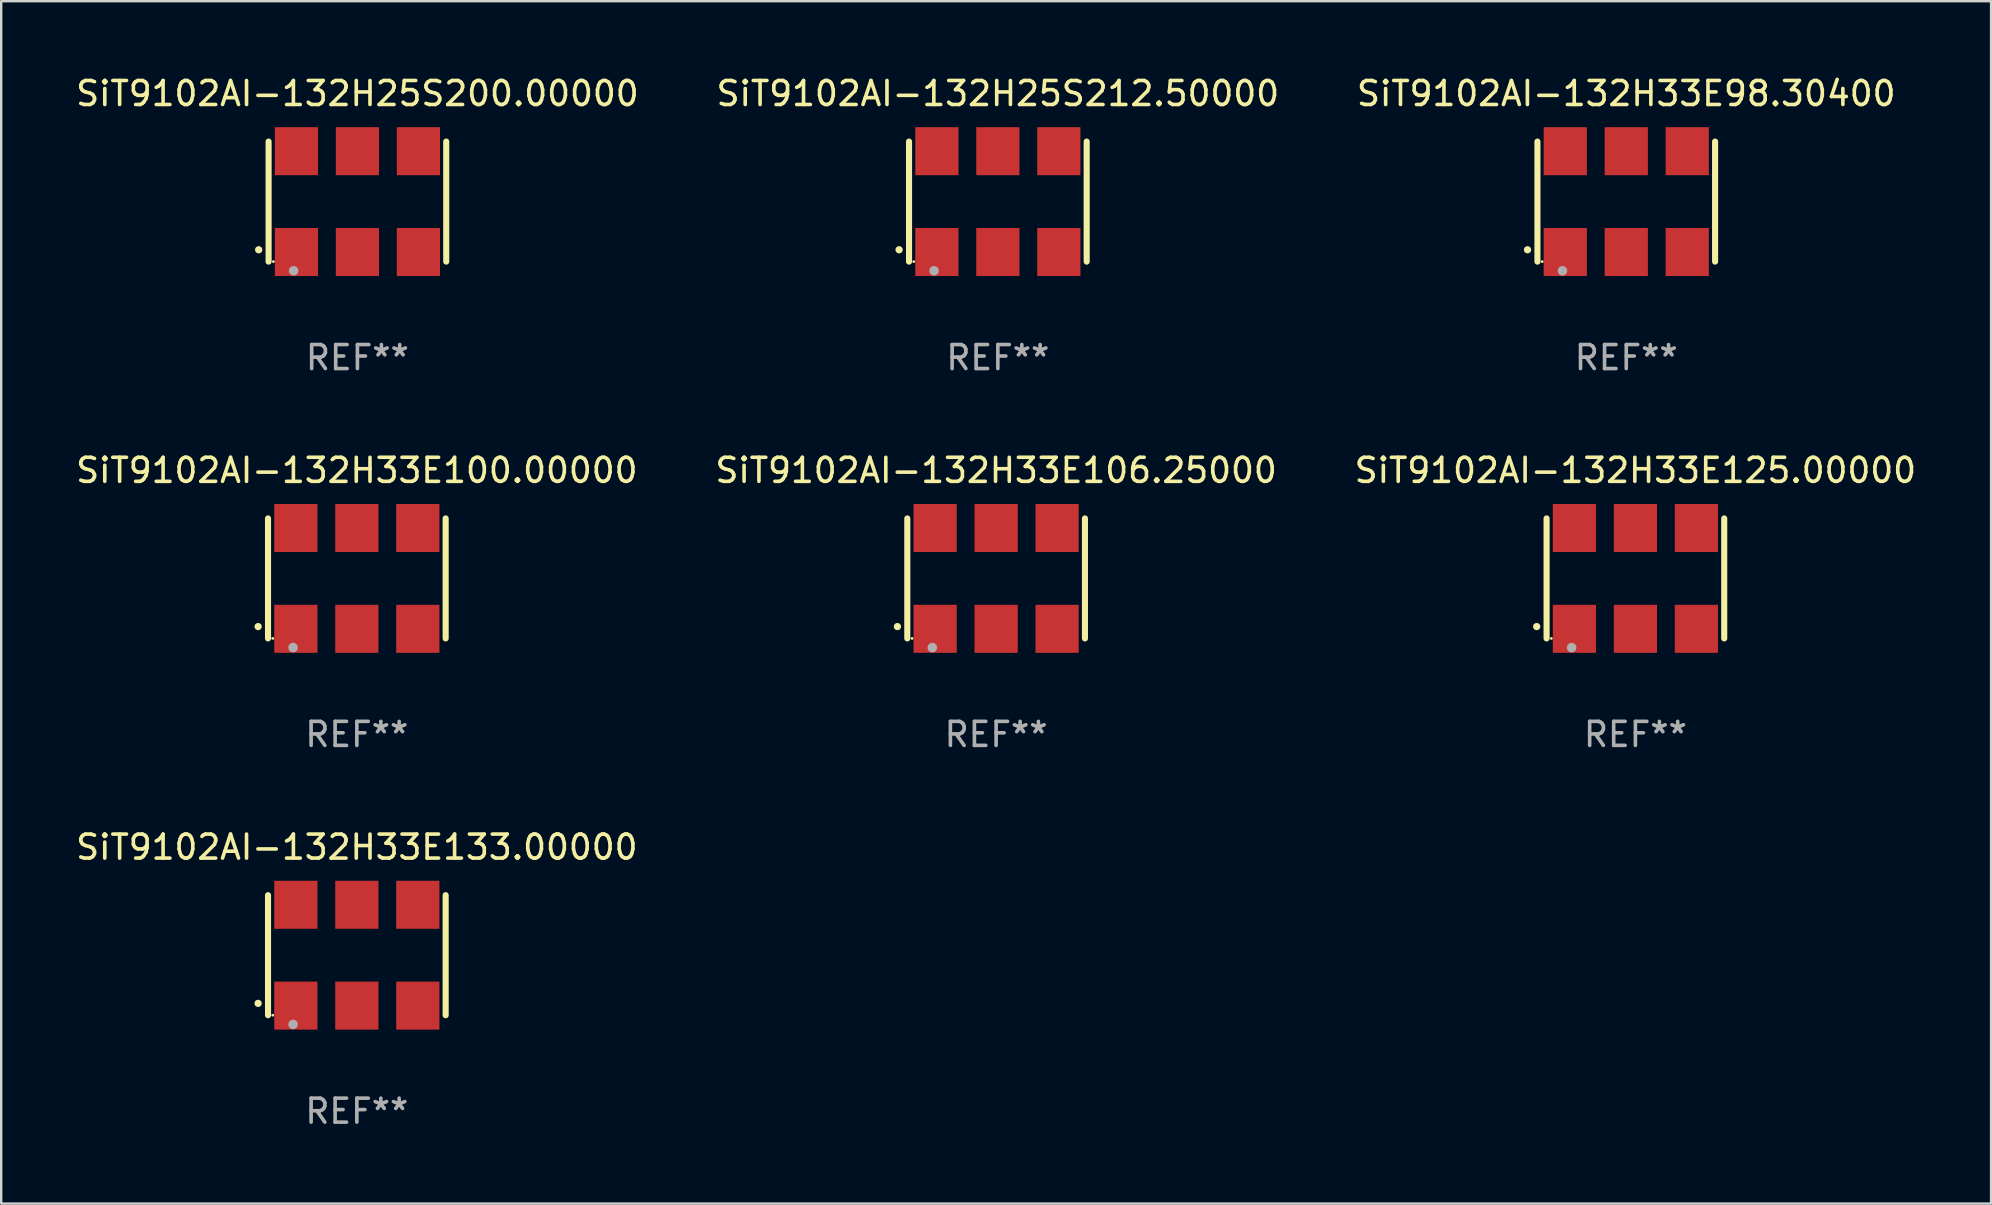
<source format=kicad_pcb>
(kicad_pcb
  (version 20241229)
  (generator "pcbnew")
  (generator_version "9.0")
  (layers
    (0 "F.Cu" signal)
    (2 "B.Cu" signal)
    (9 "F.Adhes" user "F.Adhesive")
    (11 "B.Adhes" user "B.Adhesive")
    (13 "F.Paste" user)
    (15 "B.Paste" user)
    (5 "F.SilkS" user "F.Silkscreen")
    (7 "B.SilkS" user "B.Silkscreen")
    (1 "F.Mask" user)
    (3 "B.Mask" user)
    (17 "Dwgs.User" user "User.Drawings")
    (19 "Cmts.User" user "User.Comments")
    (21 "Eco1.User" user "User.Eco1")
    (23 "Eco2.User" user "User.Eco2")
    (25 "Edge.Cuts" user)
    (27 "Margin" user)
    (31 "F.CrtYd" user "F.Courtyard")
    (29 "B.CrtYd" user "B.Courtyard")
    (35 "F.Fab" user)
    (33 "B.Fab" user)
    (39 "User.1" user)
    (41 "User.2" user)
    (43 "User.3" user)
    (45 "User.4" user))
  (footprint "SiT9102AI-132H25S212.50000"
    (layer "F.Cu")
    (at 38.518 5.348)
    (property "Reference" "SiT9102AI-132H25S212.50000" (at 0 -4.5 0) (layer "F.SilkS") (effects (font (size 1 1) (thickness 0.15))))
    (attr through_hole)
    (fp_line (start -3.7 -2.5) (end -3.7 2.5) (stroke (width 0.254) (type solid)) (layer "F.SilkS"))
    (fp_line (start 3.7 -2.5) (end 3.7 2.5) (stroke (width 0.254) (type solid)) (layer "F.SilkS"))
    (fp_arc (start -4.114415 2.006604) (mid -4.113145 2.006599) (end -4.111875 2.006604) (stroke (width 0.3) (type solid)) (layer "F.SilkS"))
    (fp_circle (center -3.502 2.5) (end -3.472 2.5) (stroke (width 0.06) (type solid)) (fill no) (layer "F.SilkS"))
    (fp_circle (center -2.657 2.882) (end -2.557 2.882) (stroke (width 0.2) (type solid)) (fill no) (layer "F.Fab"))
    (fp_text user "REF**" (at 0 6.5 0) (layer "F.Fab") (effects (font (size 1 1) (thickness 0.15))))
    (pad "1" smd rect (at -2.54 2.1) (size 1.8 2) (layers "F.Cu" "F.Mask" "F.Paste"))
    (pad "2" smd rect (at 0.000394 2.1) (size 1.8 2) (layers "F.Cu" "F.Mask" "F.Paste"))
    (pad "3" smd rect (at 2.54 2.1) (size 1.8 2) (layers "F.Cu" "F.Mask" "F.Paste"))
    (pad "4" smd rect (at 2.54 -2.1) (size 1.8 2) (layers "F.Cu" "F.Mask" "F.Paste"))
    (pad "5" smd rect (at 0.000394 -2.1) (size 1.8 2) (layers "F.Cu" "F.Mask" "F.Paste"))
    (pad "6" smd rect (at -2.54 -2.1) (size 1.8 2) (layers "F.Cu" "F.Mask" "F.Paste")))
  (footprint "SiT9102AI-132H33E125.00000"
    (layer "F.Cu")
    (at 65.077 21.045)
    (property "Reference" "SiT9102AI-132H33E125.00000" (at 0 -4.5 0) (layer "F.SilkS") (effects (font (size 1 1) (thickness 0.15))))
    (attr through_hole)
    (fp_line (start -3.7 -2.5) (end -3.7 2.5) (stroke (width 0.254) (type solid)) (layer "F.SilkS"))
    (fp_line (start 3.7 -2.5) (end 3.7 2.5) (stroke (width 0.254) (type solid)) (layer "F.SilkS"))
    (fp_arc (start -4.114415 2.006604) (mid -4.113145 2.006599) (end -4.111875 2.006604) (stroke (width 0.3) (type solid)) (layer "F.SilkS"))
    (fp_circle (center -3.502 2.5) (end -3.472 2.5) (stroke (width 0.06) (type solid)) (fill no) (layer "F.SilkS"))
    (fp_circle (center -2.657 2.882) (end -2.557 2.882) (stroke (width 0.2) (type solid)) (fill no) (layer "F.Fab"))
    (fp_text user "REF**" (at 0 6.5 0) (layer "F.Fab") (effects (font (size 1 1) (thickness 0.15))))
    (pad "1" smd rect (at -2.54 2.1) (size 1.8 2) (layers "F.Cu" "F.Mask" "F.Paste"))
    (pad "2" smd rect (at 0.000394 2.1) (size 1.8 2) (layers "F.Cu" "F.Mask" "F.Paste"))
    (pad "3" smd rect (at 2.54 2.1) (size 1.8 2) (layers "F.Cu" "F.Mask" "F.Paste"))
    (pad "4" smd rect (at 2.54 -2.1) (size 1.8 2) (layers "F.Cu" "F.Mask" "F.Paste"))
    (pad "5" smd rect (at 0.000394 -2.1) (size 1.8 2) (layers "F.Cu" "F.Mask" "F.Paste"))
    (pad "6" smd rect (at -2.54 -2.1) (size 1.8 2) (layers "F.Cu" "F.Mask" "F.Paste")))
  (footprint "SiT9102AI-132H33E133.00000"
    (layer "F.Cu")
    (at 11.815 36.741)
    (property "Reference" "SiT9102AI-132H33E133.00000" (at 0 -4.5 0) (layer "F.SilkS") (effects (font (size 1 1) (thickness 0.15))))
    (attr through_hole)
    (fp_line (start -3.7 -2.5) (end -3.7 2.5) (stroke (width 0.254) (type solid)) (layer "F.SilkS"))
    (fp_line (start 3.7 -2.5) (end 3.7 2.5) (stroke (width 0.254) (type solid)) (layer "F.SilkS"))
    (fp_arc (start -4.114415 2.006604) (mid -4.113145 2.006599) (end -4.111875 2.006604) (stroke (width 0.3) (type solid)) (layer "F.SilkS"))
    (fp_circle (center -3.502 2.5) (end -3.472 2.5) (stroke (width 0.06) (type solid)) (fill no) (layer "F.SilkS"))
    (fp_circle (center -2.657 2.882) (end -2.557 2.882) (stroke (width 0.2) (type solid)) (fill no) (layer "F.Fab"))
    (fp_text user "REF**" (at 0 6.5 0) (layer "F.Fab") (effects (font (size 1 1) (thickness 0.15))))
    (pad "1" smd rect (at -2.54 2.1) (size 1.8 2) (layers "F.Cu" "F.Mask" "F.Paste"))
    (pad "2" smd rect (at 0.000394 2.1) (size 1.8 2) (layers "F.Cu" "F.Mask" "F.Paste"))
    (pad "3" smd rect (at 2.54 2.1) (size 1.8 2) (layers "F.Cu" "F.Mask" "F.Paste"))
    (pad "4" smd rect (at 2.54 -2.1) (size 1.8 2) (layers "F.Cu" "F.Mask" "F.Paste"))
    (pad "5" smd rect (at 0.000394 -2.1) (size 1.8 2) (layers "F.Cu" "F.Mask" "F.Paste"))
    (pad "6" smd rect (at -2.54 -2.1) (size 1.8 2) (layers "F.Cu" "F.Mask" "F.Paste")))
  (footprint "SiT9102AI-132H25S200.00000"
    (layer "F.Cu")
    (at 11.839 5.348)
    (property "Reference" "SiT9102AI-132H25S200.00000" (at 0 -4.5 0) (layer "F.SilkS") (effects (font (size 1 1) (thickness 0.15))))
    (attr through_hole)
    (fp_line (start -3.7 -2.5) (end -3.7 2.5) (stroke (width 0.254) (type solid)) (layer "F.SilkS"))
    (fp_line (start 3.7 -2.5) (end 3.7 2.5) (stroke (width 0.254) (type solid)) (layer "F.SilkS"))
    (fp_arc (start -4.114415 2.006604) (mid -4.113145 2.006599) (end -4.111875 2.006604) (stroke (width 0.3) (type solid)) (layer "F.SilkS"))
    (fp_circle (center -3.502 2.5) (end -3.472 2.5) (stroke (width 0.06) (type solid)) (fill no) (layer "F.SilkS"))
    (fp_circle (center -2.657 2.882) (end -2.557 2.882) (stroke (width 0.2) (type solid)) (fill no) (layer "F.Fab"))
    (fp_text user "REF**" (at 0 6.5 0) (layer "F.Fab") (effects (font (size 1 1) (thickness 0.15))))
    (pad "1" smd rect (at -2.54 2.1) (size 1.8 2) (layers "F.Cu" "F.Mask" "F.Paste"))
    (pad "2" smd rect (at 0.000394 2.1) (size 1.8 2) (layers "F.Cu" "F.Mask" "F.Paste"))
    (pad "3" smd rect (at 2.54 2.1) (size 1.8 2) (layers "F.Cu" "F.Mask" "F.Paste"))
    (pad "4" smd rect (at 2.54 -2.1) (size 1.8 2) (layers "F.Cu" "F.Mask" "F.Paste"))
    (pad "5" smd rect (at 0.000394 -2.1) (size 1.8 2) (layers "F.Cu" "F.Mask" "F.Paste"))
    (pad "6" smd rect (at -2.54 -2.1) (size 1.8 2) (layers "F.Cu" "F.Mask" "F.Paste")))
  (footprint "SiT9102AI-132H33E106.25000"
    (layer "F.Cu")
    (at 38.446 21.045)
    (property "Reference" "SiT9102AI-132H33E106.25000" (at 0 -4.5 0) (layer "F.SilkS") (effects (font (size 1 1) (thickness 0.15))))
    (attr through_hole)
    (fp_line (start -3.7 -2.5) (end -3.7 2.5) (stroke (width 0.254) (type solid)) (layer "F.SilkS"))
    (fp_line (start 3.7 -2.5) (end 3.7 2.5) (stroke (width 0.254) (type solid)) (layer "F.SilkS"))
    (fp_arc (start -4.114415 2.006604) (mid -4.113145 2.006599) (end -4.111875 2.006604) (stroke (width 0.3) (type solid)) (layer "F.SilkS"))
    (fp_circle (center -3.502 2.5) (end -3.472 2.5) (stroke (width 0.06) (type solid)) (fill no) (layer "F.SilkS"))
    (fp_circle (center -2.657 2.882) (end -2.557 2.882) (stroke (width 0.2) (type solid)) (fill no) (layer "F.Fab"))
    (fp_text user "REF**" (at 0 6.5 0) (layer "F.Fab") (effects (font (size 1 1) (thickness 0.15))))
    (pad "1" smd rect (at -2.54 2.1) (size 1.8 2) (layers "F.Cu" "F.Mask" "F.Paste"))
    (pad "2" smd rect (at 0.000394 2.1) (size 1.8 2) (layers "F.Cu" "F.Mask" "F.Paste"))
    (pad "3" smd rect (at 2.54 2.1) (size 1.8 2) (layers "F.Cu" "F.Mask" "F.Paste"))
    (pad "4" smd rect (at 2.54 -2.1) (size 1.8 2) (layers "F.Cu" "F.Mask" "F.Paste"))
    (pad "5" smd rect (at 0.000394 -2.1) (size 1.8 2) (layers "F.Cu" "F.Mask" "F.Paste"))
    (pad "6" smd rect (at -2.54 -2.1) (size 1.8 2) (layers "F.Cu" "F.Mask" "F.Paste")))
  (footprint "SiT9102AI-132H33E98.30400"
    (layer "F.Cu")
    (at 64.696 5.348)
    (property "Reference" "SiT9102AI-132H33E98.30400" (at 0 -4.5 0) (layer "F.SilkS") (effects (font (size 1 1) (thickness 0.15))))
    (attr through_hole)
    (fp_line (start -3.7 -2.5) (end -3.7 2.5) (stroke (width 0.254) (type solid)) (layer "F.SilkS"))
    (fp_line (start 3.7 -2.5) (end 3.7 2.5) (stroke (width 0.254) (type solid)) (layer "F.SilkS"))
    (fp_arc (start -4.114415 2.006604) (mid -4.113145 2.006599) (end -4.111875 2.006604) (stroke (width 0.3) (type solid)) (layer "F.SilkS"))
    (fp_circle (center -3.502 2.5) (end -3.472 2.5) (stroke (width 0.06) (type solid)) (fill no) (layer "F.SilkS"))
    (fp_circle (center -2.657 2.882) (end -2.557 2.882) (stroke (width 0.2) (type solid)) (fill no) (layer "F.Fab"))
    (fp_text user "REF**" (at 0 6.5 0) (layer "F.Fab") (effects (font (size 1 1) (thickness 0.15))))
    (pad "1" smd rect (at -2.54 2.1) (size 1.8 2) (layers "F.Cu" "F.Mask" "F.Paste"))
    (pad "2" smd rect (at 0.000394 2.1) (size 1.8 2) (layers "F.Cu" "F.Mask" "F.Paste"))
    (pad "3" smd rect (at 2.54 2.1) (size 1.8 2) (layers "F.Cu" "F.Mask" "F.Paste"))
    (pad "4" smd rect (at 2.54 -2.1) (size 1.8 2) (layers "F.Cu" "F.Mask" "F.Paste"))
    (pad "5" smd rect (at 0.000394 -2.1) (size 1.8 2) (layers "F.Cu" "F.Mask" "F.Paste"))
    (pad "6" smd rect (at -2.54 -2.1) (size 1.8 2) (layers "F.Cu" "F.Mask" "F.Paste")))
  (footprint "SiT9102AI-132H33E100.00000"
    (layer "F.Cu")
    (at 11.815 21.045)
    (property "Reference" "SiT9102AI-132H33E100.00000" (at 0 -4.5 0) (layer "F.SilkS") (effects (font (size 1 1) (thickness 0.15))))
    (attr through_hole)
    (fp_line (start -3.7 -2.5) (end -3.7 2.5) (stroke (width 0.254) (type solid)) (layer "F.SilkS"))
    (fp_line (start 3.7 -2.5) (end 3.7 2.5) (stroke (width 0.254) (type solid)) (layer "F.SilkS"))
    (fp_arc (start -4.114415 2.006604) (mid -4.113145 2.006599) (end -4.111875 2.006604) (stroke (width 0.3) (type solid)) (layer "F.SilkS"))
    (fp_circle (center -3.502 2.5) (end -3.472 2.5) (stroke (width 0.06) (type solid)) (fill no) (layer "F.SilkS"))
    (fp_circle (center -2.657 2.882) (end -2.557 2.882) (stroke (width 0.2) (type solid)) (fill no) (layer "F.Fab"))
    (fp_text user "REF**" (at 0 6.5 0) (layer "F.Fab") (effects (font (size 1 1) (thickness 0.15))))
    (pad "1" smd rect (at -2.54 2.1) (size 1.8 2) (layers "F.Cu" "F.Mask" "F.Paste"))
    (pad "2" smd rect (at 0.000394 2.1) (size 1.8 2) (layers "F.Cu" "F.Mask" "F.Paste"))
    (pad "3" smd rect (at 2.54 2.1) (size 1.8 2) (layers "F.Cu" "F.Mask" "F.Paste"))
    (pad "4" smd rect (at 2.54 -2.1) (size 1.8 2) (layers "F.Cu" "F.Mask" "F.Paste"))
    (pad "5" smd rect (at 0.000394 -2.1) (size 1.8 2) (layers "F.Cu" "F.Mask" "F.Paste"))
    (pad "6" smd rect (at -2.54 -2.1) (size 1.8 2) (layers "F.Cu" "F.Mask" "F.Paste")))
  (gr_rect
    (start -3 -3)
    (end 79.893 47.09)
    (stroke (width 0.1) (type default))
    (fill no)
    (layer "Edge.Cuts")))
</source>
